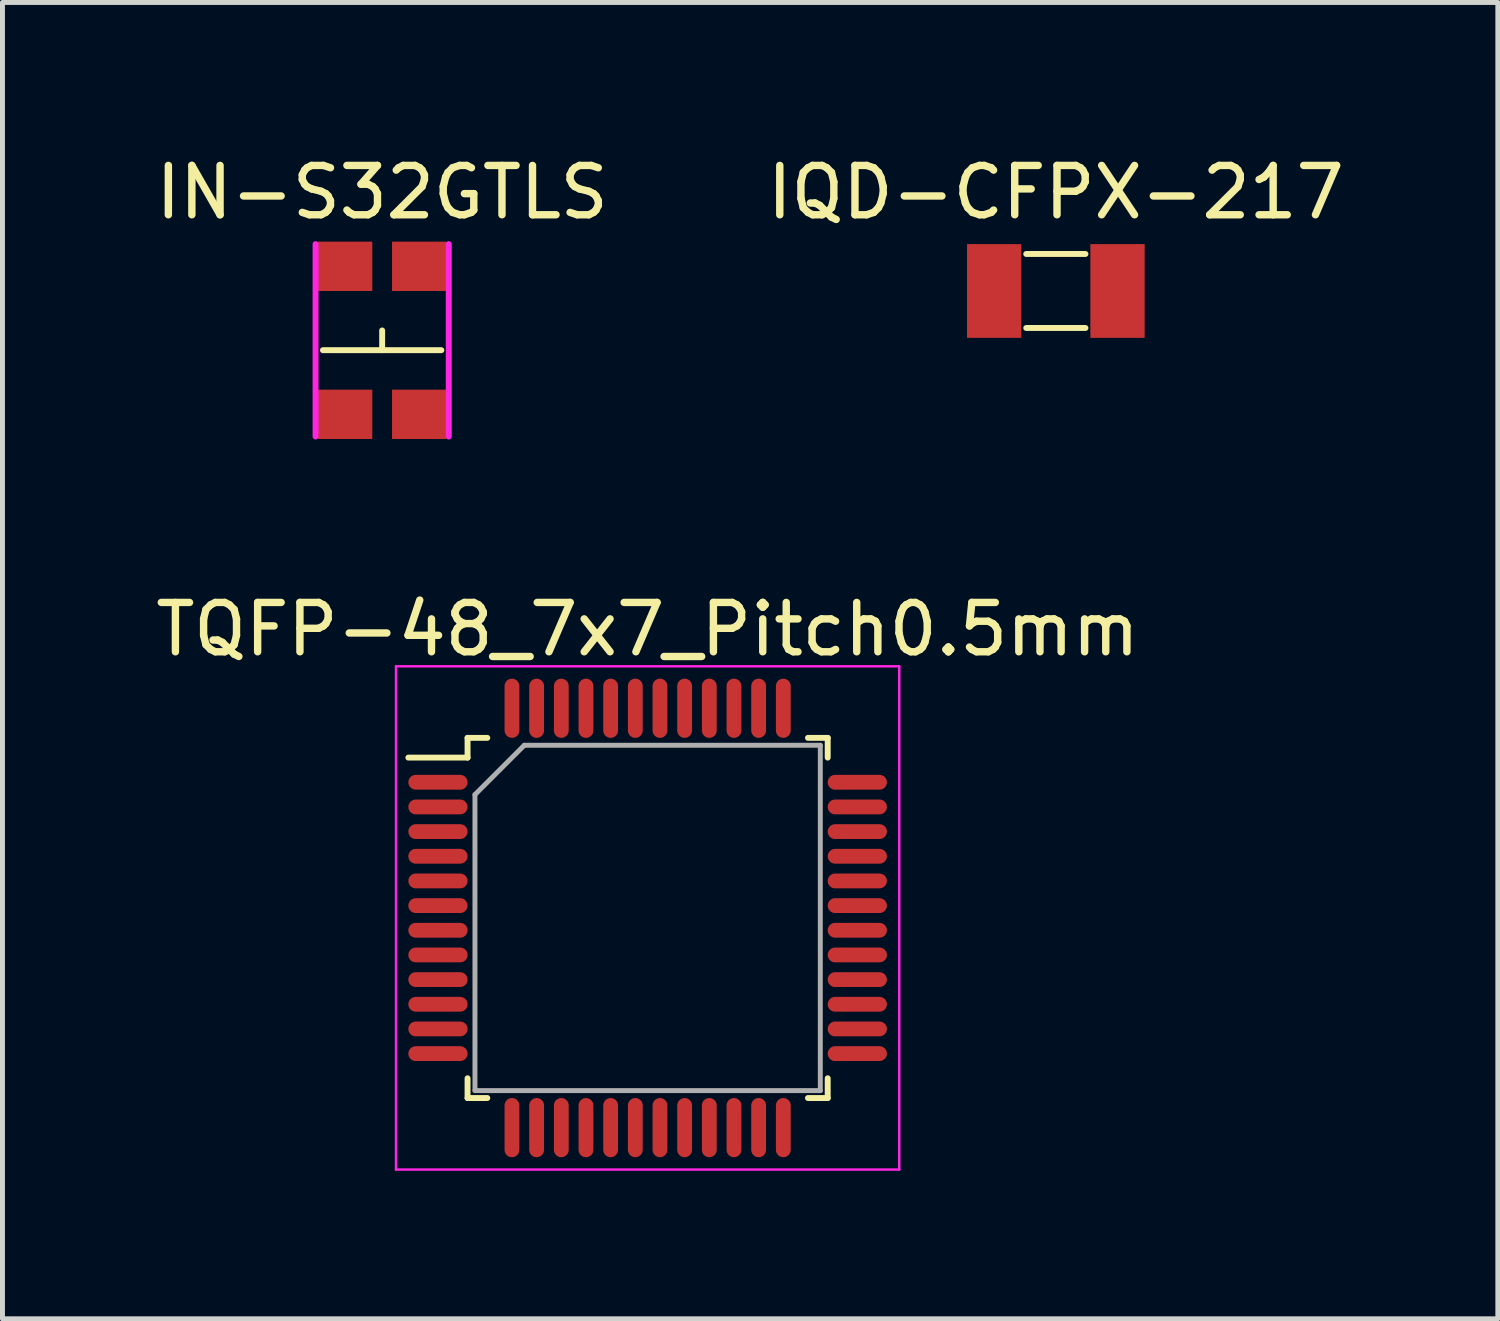
<source format=kicad_pcb>
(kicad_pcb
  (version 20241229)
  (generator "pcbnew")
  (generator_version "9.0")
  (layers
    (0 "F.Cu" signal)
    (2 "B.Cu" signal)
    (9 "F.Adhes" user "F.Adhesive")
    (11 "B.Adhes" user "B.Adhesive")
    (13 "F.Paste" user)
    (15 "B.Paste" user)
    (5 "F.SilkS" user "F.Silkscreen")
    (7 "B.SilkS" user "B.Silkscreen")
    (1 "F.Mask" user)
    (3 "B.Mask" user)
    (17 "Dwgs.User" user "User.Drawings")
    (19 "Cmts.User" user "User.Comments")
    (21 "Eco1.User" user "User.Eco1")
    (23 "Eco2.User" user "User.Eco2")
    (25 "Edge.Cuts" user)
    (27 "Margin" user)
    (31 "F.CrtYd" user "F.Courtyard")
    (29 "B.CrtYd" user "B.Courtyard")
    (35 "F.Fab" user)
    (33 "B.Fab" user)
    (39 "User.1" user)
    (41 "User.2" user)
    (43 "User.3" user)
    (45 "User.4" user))
  (footprint "TQFP-48_7x7_Pitch0.5mm"
    (layer "F.Cu")
    (at 10.077 15.556)
    (property "Reference" "TQFP-48_7x7_Pitch0.5mm" (at 0 -5.85 0) (layer "F.SilkS") (effects (font (size 1 1) (thickness 0.15))))
    (attr smd)
    (fp_line (start -3.65 -3.65) (end -3.65 -3.25) (stroke (width 0.12) (type solid)) (layer "F.SilkS"))
    (fp_line (start -3.65 -3.25) (end -4.85 -3.25) (stroke (width 0.12) (type solid)) (layer "F.SilkS"))
    (fp_line (start -3.65 3.65) (end -3.65 3.25) (stroke (width 0.12) (type solid)) (layer "F.SilkS"))
    (fp_line (start -3.25 -3.65) (end -3.65 -3.65) (stroke (width 0.12) (type solid)) (layer "F.SilkS"))
    (fp_line (start -3.25 3.65) (end -3.65 3.65) (stroke (width 0.12) (type solid)) (layer "F.SilkS"))
    (fp_line (start 3.25 -3.65) (end 3.65 -3.65) (stroke (width 0.12) (type solid)) (layer "F.SilkS"))
    (fp_line (start 3.25 3.65) (end 3.65 3.65) (stroke (width 0.12) (type solid)) (layer "F.SilkS"))
    (fp_line (start 3.65 -3.65) (end 3.65 -3.25) (stroke (width 0.12) (type solid)) (layer "F.SilkS"))
    (fp_line (start 3.65 3.65) (end 3.65 3.25) (stroke (width 0.12) (type solid)) (layer "F.SilkS"))
    (fp_line (start -5.1 -5.1) (end 5.1 -5.1) (stroke (width 0.05) (type solid)) (layer "F.CrtYd"))
    (fp_line (start -5.1 5.1) (end -5.1 -5.1) (stroke (width 0.05) (type solid)) (layer "F.CrtYd"))
    (fp_line (start 5.1 -5.1) (end 5.1 5.1) (stroke (width 0.05) (type solid)) (layer "F.CrtYd"))
    (fp_line (start 5.1 5.1) (end -5.1 5.1) (stroke (width 0.05) (type solid)) (layer "F.CrtYd"))
    (fp_line (start -3.5 -2.5) (end -3.5 3.5) (stroke (width 0.1) (type solid)) (layer "F.Fab"))
    (fp_line (start -3.5 3.5) (end 3.5 3.5) (stroke (width 0.1) (type solid)) (layer "F.Fab"))
    (fp_line (start -2.5 -3.5) (end -3.5 -2.5) (stroke (width 0.1) (type solid)) (layer "F.Fab"))
    (fp_line (start 3.5 -3.5) (end -2.5 -3.5) (stroke (width 0.1) (type solid)) (layer "F.Fab"))
    (fp_line (start 3.5 3.5) (end 3.5 -3.5) (stroke (width 0.1) (type solid)) (layer "F.Fab"))
    (pad "1" smd oval (at -4.25 -2.75 90) (size 0.3 1.2) (layers "F.Cu" "F.Mask" "F.Paste"))
    (pad "2" smd oval (at -4.25 -2.25 90) (size 0.3 1.2) (layers "F.Cu" "F.Mask" "F.Paste"))
    (pad "3" smd oval (at -4.25 -1.75 90) (size 0.3 1.2) (layers "F.Cu" "F.Mask" "F.Paste"))
    (pad "4" smd oval (at -4.25 -1.25 90) (size 0.3 1.2) (layers "F.Cu" "F.Mask" "F.Paste"))
    (pad "5" smd oval (at -4.25 -0.75 90) (size 0.3 1.2) (layers "F.Cu" "F.Mask" "F.Paste"))
    (pad "6" smd oval (at -4.25 -0.25 90) (size 0.3 1.2) (layers "F.Cu" "F.Mask" "F.Paste"))
    (pad "7" smd oval (at -4.25 0.25 90) (size 0.3 1.2) (layers "F.Cu" "F.Mask" "F.Paste"))
    (pad "8" smd oval (at -4.25 0.75 90) (size 0.3 1.2) (layers "F.Cu" "F.Mask" "F.Paste"))
    (pad "9" smd oval (at -4.25 1.25 90) (size 0.3 1.2) (layers "F.Cu" "F.Mask" "F.Paste"))
    (pad "10" smd oval (at -4.25 1.75 90) (size 0.3 1.2) (layers "F.Cu" "F.Mask" "F.Paste"))
    (pad "11" smd oval (at -4.25 2.25 90) (size 0.3 1.2) (layers "F.Cu" "F.Mask" "F.Paste"))
    (pad "12" smd oval (at -4.25 2.75 90) (size 0.3 1.2) (layers "F.Cu" "F.Mask" "F.Paste"))
    (pad "13" smd oval (at -2.75 4.25) (size 0.3 1.2) (layers "F.Cu" "F.Mask" "F.Paste"))
    (pad "14" smd oval (at -2.25 4.25) (size 0.3 1.2) (layers "F.Cu" "F.Mask" "F.Paste"))
    (pad "15" smd oval (at -1.75 4.25) (size 0.3 1.2) (layers "F.Cu" "F.Mask" "F.Paste"))
    (pad "16" smd oval (at -1.25 4.25) (size 0.3 1.2) (layers "F.Cu" "F.Mask" "F.Paste"))
    (pad "17" smd oval (at -0.75 4.25) (size 0.3 1.2) (layers "F.Cu" "F.Mask" "F.Paste"))
    (pad "18" smd oval (at -0.25 4.25) (size 0.3 1.2) (layers "F.Cu" "F.Mask" "F.Paste"))
    (pad "19" smd oval (at 0.25 4.25) (size 0.3 1.2) (layers "F.Cu" "F.Mask" "F.Paste"))
    (pad "20" smd oval (at 0.75 4.25) (size 0.3 1.2) (layers "F.Cu" "F.Mask" "F.Paste"))
    (pad "21" smd oval (at 1.25 4.25) (size 0.3 1.2) (layers "F.Cu" "F.Mask" "F.Paste"))
    (pad "22" smd oval (at 1.75 4.25) (size 0.3 1.2) (layers "F.Cu" "F.Mask" "F.Paste"))
    (pad "23" smd oval (at 2.25 4.25) (size 0.3 1.2) (layers "F.Cu" "F.Mask" "F.Paste"))
    (pad "24" smd oval (at 2.75 4.25) (size 0.3 1.2) (layers "F.Cu" "F.Mask" "F.Paste"))
    (pad "25" smd oval (at 4.25 2.75 90) (size 0.3 1.2) (layers "F.Cu" "F.Mask" "F.Paste"))
    (pad "26" smd oval (at 4.25 2.25 90) (size 0.3 1.2) (layers "F.Cu" "F.Mask" "F.Paste"))
    (pad "27" smd oval (at 4.25 1.75 90) (size 0.3 1.2) (layers "F.Cu" "F.Mask" "F.Paste"))
    (pad "28" smd oval (at 4.25 1.25 90) (size 0.3 1.2) (layers "F.Cu" "F.Mask" "F.Paste"))
    (pad "29" smd oval (at 4.25 0.75 90) (size 0.3 1.2) (layers "F.Cu" "F.Mask" "F.Paste"))
    (pad "30" smd oval (at 4.25 0.25 90) (size 0.3 1.2) (layers "F.Cu" "F.Mask" "F.Paste"))
    (pad "31" smd oval (at 4.25 -0.25 90) (size 0.3 1.2) (layers "F.Cu" "F.Mask" "F.Paste"))
    (pad "32" smd oval (at 4.25 -0.75 90) (size 0.3 1.2) (layers "F.Cu" "F.Mask" "F.Paste"))
    (pad "33" smd oval (at 4.25 -1.25 90) (size 0.3 1.2) (layers "F.Cu" "F.Mask" "F.Paste"))
    (pad "34" smd oval (at 4.25 -1.75 90) (size 0.3 1.2) (layers "F.Cu" "F.Mask" "F.Paste"))
    (pad "35" smd oval (at 4.25 -2.25 90) (size 0.3 1.2) (layers "F.Cu" "F.Mask" "F.Paste"))
    (pad "36" smd oval (at 4.25 -2.75 90) (size 0.3 1.2) (layers "F.Cu" "F.Mask" "F.Paste"))
    (pad "37" smd oval (at 2.75 -4.25) (size 0.3 1.2) (layers "F.Cu" "F.Mask" "F.Paste"))
    (pad "38" smd oval (at 2.25 -4.25) (size 0.3 1.2) (layers "F.Cu" "F.Mask" "F.Paste"))
    (pad "39" smd oval (at 1.75 -4.25) (size 0.3 1.2) (layers "F.Cu" "F.Mask" "F.Paste"))
    (pad "40" smd oval (at 1.25 -4.25) (size 0.3 1.2) (layers "F.Cu" "F.Mask" "F.Paste"))
    (pad "41" smd oval (at 0.75 -4.25) (size 0.3 1.2) (layers "F.Cu" "F.Mask" "F.Paste"))
    (pad "42" smd oval (at 0.25 -4.25) (size 0.3 1.2) (layers "F.Cu" "F.Mask" "F.Paste"))
    (pad "43" smd oval (at -0.25 -4.25) (size 0.3 1.2) (layers "F.Cu" "F.Mask" "F.Paste"))
    (pad "44" smd oval (at -0.75 -4.25) (size 0.3 1.2) (layers "F.Cu" "F.Mask" "F.Paste"))
    (pad "45" smd oval (at -1.25 -4.25) (size 0.3 1.2) (layers "F.Cu" "F.Mask" "F.Paste"))
    (pad "46" smd oval (at -1.75 -4.25) (size 0.3 1.2) (layers "F.Cu" "F.Mask" "F.Paste"))
    (pad "47" smd oval (at -2.25 -4.25) (size 0.3 1.2) (layers "F.Cu" "F.Mask" "F.Paste"))
    (pad "48" smd oval (at -2.75 -4.25) (size 0.3 1.2) (layers "F.Cu" "F.Mask" "F.Paste")))
  (footprint "IN-S32GTLS"
    (layer "F.Cu")
    (at 4.696 3.848)
    (property "Reference" "IN-S32GTLS" (at 0 -3 0) (layer "F.SilkS") (effects (font (size 1 1) (thickness 0.15))))
    (attr through_hole)
    (fp_line (start -1.2 0.2) (end 1.2 0.2) (stroke (width 0.12) (type solid)) (layer "F.SilkS"))
    (fp_line (start 0 0.2) (end 0 -0.2) (stroke (width 0.12) (type solid)) (layer "F.SilkS"))
    (fp_line (start -1.35 -1.95) (end -1.35 1.95) (stroke (width 0.12) (type solid)) (layer "F.CrtYd"))
    (fp_line (start 1.35 1.95) (end 1.35 -1.95) (stroke (width 0.12) (type solid)) (layer "F.CrtYd"))
    (pad "1" smd rect (at -0.75 -1.5) (size 1.1 1) (layers "F.Cu" "F.Mask" "F.Paste"))
    (pad "1" smd rect (at 0.75 -1.5) (size 1.1 1) (layers "F.Cu" "F.Mask" "F.Paste"))
    (pad "2" smd rect (at -0.75 1.5) (size 1.1 1) (layers "F.Cu" "F.Mask" "F.Paste"))
    (pad "2" smd rect (at 0.75 1.5) (size 1.1 1) (layers "F.Cu" "F.Mask" "F.Paste")))
  (footprint "IQD-CFPX-217"
    (layer "F.Cu")
    (at 18.351 2.848)
    (property "Reference" "IQD-CFPX-217" (at 0 -2 0) (layer "F.SilkS") (effects (font (size 1 1) (thickness 0.15))))
    (attr through_hole)
    (fp_line (start -0.6 -0.75) (end 0.6 -0.75) (stroke (width 0.12) (type solid)) (layer "F.SilkS"))
    (fp_line (start -0.6 0.75) (end 0.6 0.75) (stroke (width 0.12) (type solid)) (layer "F.SilkS"))
    (pad "1" smd rect (at 1.25 0) (size 1.1 1.9) (layers "F.Cu" "F.Mask" "F.Paste"))
    (pad "2" smd rect (at -1.25 0) (size 1.1 1.9) (layers "F.Cu" "F.Mask" "F.Paste")))
  (gr_rect
    (start -3 -3)
    (end 27.31 23.681)
    (stroke (width 0.1) (type default))
    (fill no)
    (layer "Edge.Cuts")))
</source>
